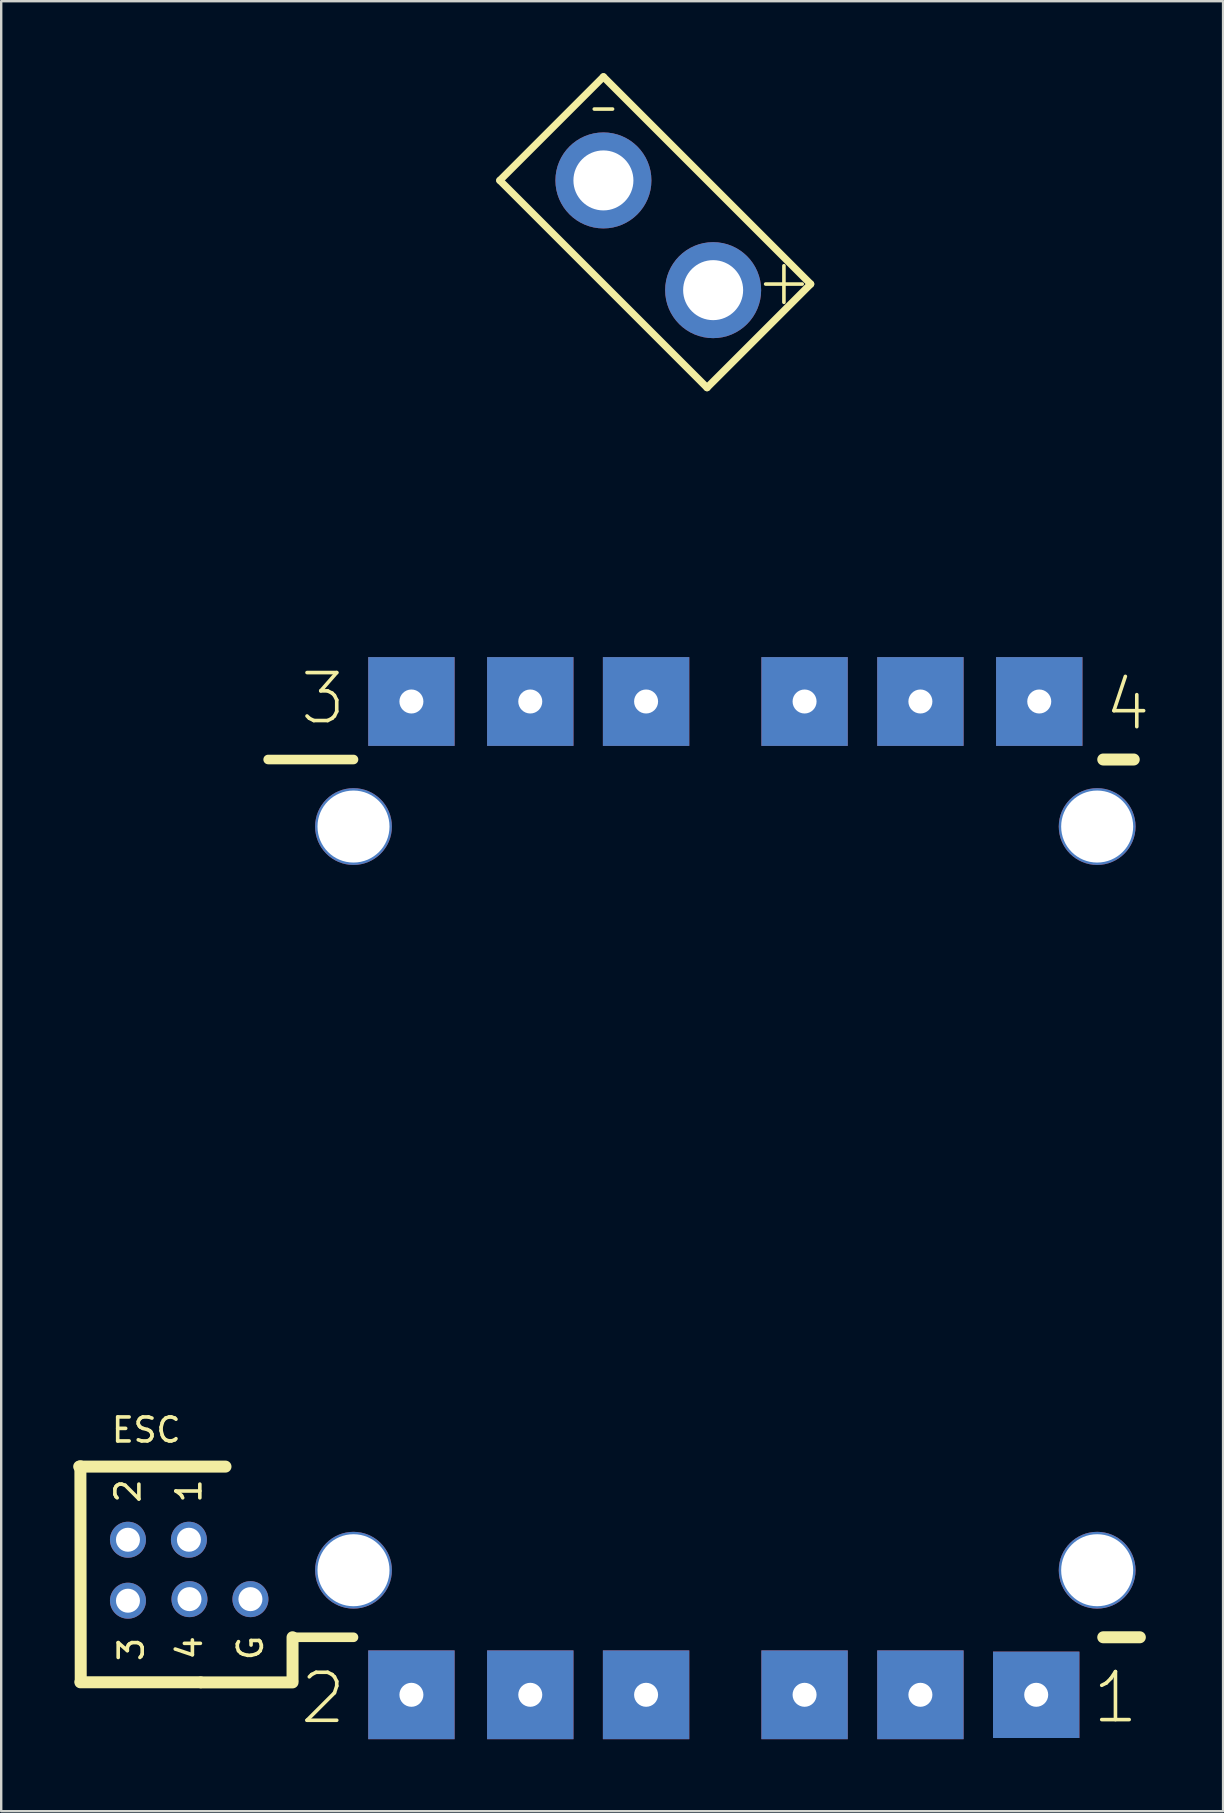
<source format=kicad_pcb>
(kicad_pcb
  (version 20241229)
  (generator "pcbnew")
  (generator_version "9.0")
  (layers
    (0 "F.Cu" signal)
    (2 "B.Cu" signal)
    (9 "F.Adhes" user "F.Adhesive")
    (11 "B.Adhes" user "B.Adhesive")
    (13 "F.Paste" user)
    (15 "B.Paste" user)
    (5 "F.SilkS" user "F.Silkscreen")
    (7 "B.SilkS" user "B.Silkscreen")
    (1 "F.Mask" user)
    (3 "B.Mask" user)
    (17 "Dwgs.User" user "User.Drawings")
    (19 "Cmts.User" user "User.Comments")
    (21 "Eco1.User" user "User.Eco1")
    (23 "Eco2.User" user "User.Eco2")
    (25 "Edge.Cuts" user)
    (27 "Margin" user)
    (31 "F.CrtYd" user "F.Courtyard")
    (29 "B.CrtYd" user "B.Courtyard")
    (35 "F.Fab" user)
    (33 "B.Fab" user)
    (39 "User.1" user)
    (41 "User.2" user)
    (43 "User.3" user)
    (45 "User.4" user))
  (footprint "ESC"
    (layer "F.Cu")
    (at 27.174 46.886)
    (property "Reference" "ESC" (at -24.13 9.652 180) (layer "F.SilkS") (effects (font (size 1 1) (thickness 0.15))))
    (attr through_hole)
    (fp_line (start -26.874 11.164) (end -26.86 20.142) (stroke (width 0.5) (type solid)) (layer "F.SilkS"))
    (fp_line (start -21.874 20.164) (end -26.874 20.164) (stroke (width 0.5) (type solid)) (layer "F.SilkS"))
    (fp_line (start -21.844 20.168) (end -18.034 20.168) (stroke (width 0.5) (type solid)) (layer "F.SilkS"))
    (fp_line (start -20.828 11.176) (end -26.924 11.176) (stroke (width 0.5) (type solid)) (layer "F.SilkS"))
    (fp_line (start -19.05 -18.288) (end -15.494 -18.288) (stroke (width 0.4) (type solid)) (layer "F.SilkS"))
    (fp_line (start -18.034 18.288) (end -15.494 18.288) (stroke (width 0.4) (type solid)) (layer "F.SilkS"))
    (fp_line (start -18.034 20.066) (end -18.034 18.288) (stroke (width 0.5) (type solid)) (layer "F.SilkS"))
    (fp_line (start -9.398 -42.418) (end -0.762 -33.782) (stroke (width 0.3) (type solid)) (layer "F.SilkS"))
    (fp_line (start -5.08 -46.736) (end -9.398 -42.418) (stroke (width 0.3) (type solid)) (layer "F.SilkS"))
    (fp_line (start -0.762 -33.782) (end 3.556 -38.1) (stroke (width 0.3) (type solid)) (layer "F.SilkS"))
    (fp_line (start 3.556 -38.1) (end -5.08 -46.736) (stroke (width 0.3) (type solid)) (layer "F.SilkS"))
    (fp_line (start 17.018 -18.288) (end 15.748 -18.288) (stroke (width 0.5) (type solid)) (layer "F.SilkS"))
    (fp_line (start 17.272 18.288) (end 15.748 18.288) (stroke (width 0.5) (type solid)) (layer "F.SilkS"))
    (fp_text user "2" (at -16.764 20.828 180) (layer "F.SilkS") (effects (font (size 2 2) (thickness 0.15))))
    (fp_text user "+" (at 2.286 -38.1 270) (layer "F.SilkS") (effects (font (size 2 2) (thickness 0.15))))
    (fp_text user "1" (at 16.256 20.8 180) (layer "F.SilkS") (effects (font (size 2 2) (thickness 0.15))))
    (fp_text user "4" (at -22.329 18.731 270) (layer "F.SilkS") (effects (font (size 1 1) (thickness 0.15))))
    (fp_text user "4" (at 16.764 -20.574 180) (layer "F.SilkS") (effects (font (size 2 2) (thickness 0.15))))
    (fp_text user "-" (at -5.08 -45.466 0) (layer "F.SilkS") (effects (font (size 1 1) (thickness 0.15))))
    (fp_text user "1" (at -22.352 12.192 270) (layer "F.SilkS") (effects (font (size 1 1) (thickness 0.15))))
    (fp_text user "G" (at -19.789 18.731 270) (layer "F.SilkS") (effects (font (size 1 1) (thickness 0.15))))
    (fp_text user "3" (at -24.754 18.796 270) (layer "F.SilkS") (effects (font (size 1 1) (thickness 0.15))))
    (fp_text user "2" (at -24.892 12.192 270) (layer "F.SilkS") (effects (font (size 1 1) (thickness 0.15))))
    (fp_text user "3" (at -16.764 -20.828 180) (layer "F.SilkS") (effects (font (size 2 2) (thickness 0.15))))
    (pad "" np_thru_hole circle (at -15.494 -15.494 180) (size 3.2 3.2) (drill 3) (layers "*.Cu" "*.Mask"))
    (pad "" np_thru_hole circle (at -15.494 15.494 180) (size 3.2 3.2) (drill 3) (layers "*.Cu" "*.Mask"))
    (pad "" np_thru_hole circle (at 15.494 -15.494 180) (size 3.2 3.2) (drill 3) (layers "*.Cu" "*.Mask"))
    (pad "" np_thru_hole circle (at 15.494 15.494 180) (size 3.2 3.2) (drill 3) (layers "*.Cu" "*.Mask"))
    (pad "1" thru_hole circle (at -0.508 -37.846 270) (size 4 4) (drill 2.5) (layers "*.Cu" "*.Mask"))
    (pad "2" thru_hole circle (at -5.08 -42.418 270) (size 4 4) (drill 2.5) (layers "*.Cu" "*.Mask"))
    (pad "3" thru_hole rect (at 12.954 20.685 180) (size 3.6 3.6) (drill 1) (layers "*.Cu" "*.Mask"))
    (pad "4" thru_hole rect (at 8.128 20.685 180) (size 3.6 3.7) (drill 1) (layers "*.Cu" "*.Mask"))
    (pad "5" thru_hole rect (at 3.302 20.685 180) (size 3.6 3.7) (drill 1) (layers "*.Cu" "*.Mask"))
    (pad "6" thru_hole rect (at -3.302 20.685 180) (size 3.6 3.7) (drill 1) (layers "*.Cu" "*.Mask"))
    (pad "7" thru_hole rect (at -8.128 20.685 180) (size 3.6 3.7) (drill 1) (layers "*.Cu" "*.Mask"))
    (pad "8" thru_hole rect (at -13.081 20.685 180) (size 3.6 3.7) (drill 1) (layers "*.Cu" "*.Mask"))
    (pad "9" thru_hole rect (at -13.081 -20.705 180) (size 3.6 3.7) (drill 1) (layers "*.Cu" "*.Mask"))
    (pad "10" thru_hole rect (at -8.128 -20.705 180) (size 3.6 3.7) (drill 1) (layers "*.Cu" "*.Mask"))
    (pad "11" thru_hole rect (at -3.302 -20.705 180) (size 3.6 3.7) (drill 1) (layers "*.Cu" "*.Mask"))
    (pad "12" thru_hole rect (at 3.302 -20.705 180) (size 3.6 3.7) (drill 1) (layers "*.Cu" "*.Mask"))
    (pad "13" thru_hole rect (at 8.128 -20.705 180) (size 3.6 3.7) (drill 1) (layers "*.Cu" "*.Mask"))
    (pad "14" thru_hole rect (at 13.081 -20.705 180) (size 3.6 3.7) (drill 1) (layers "*.Cu" "*.Mask"))
    (pad "15" thru_hole circle (at -19.789 16.699 270) (size 1.5 1.5) (drill 1) (layers "*.Cu" "*.Mask"))
    (pad "16" thru_hole circle (at -22.352 14.224 270) (size 1.5 1.5) (drill 1) (layers "*.Cu" "*.Mask"))
    (pad "17" thru_hole circle (at -24.892 14.224 270) (size 1.5 1.5) (drill 1) (layers "*.Cu" "*.Mask"))
    (pad "18" thru_hole circle (at -24.892 16.764 270) (size 1.5 1.5) (drill 1) (layers "*.Cu" "*.Mask"))
    (pad "19" thru_hole circle (at -22.329 16.699 270) (size 1.5 1.5) (drill 1) (layers "*.Cu" "*.Mask")))
  (gr_rect
    (start -3 -3)
    (end 47.915 72.421)
    (stroke (width 0.1) (type default))
    (fill no)
    (layer "Edge.Cuts")))
</source>
